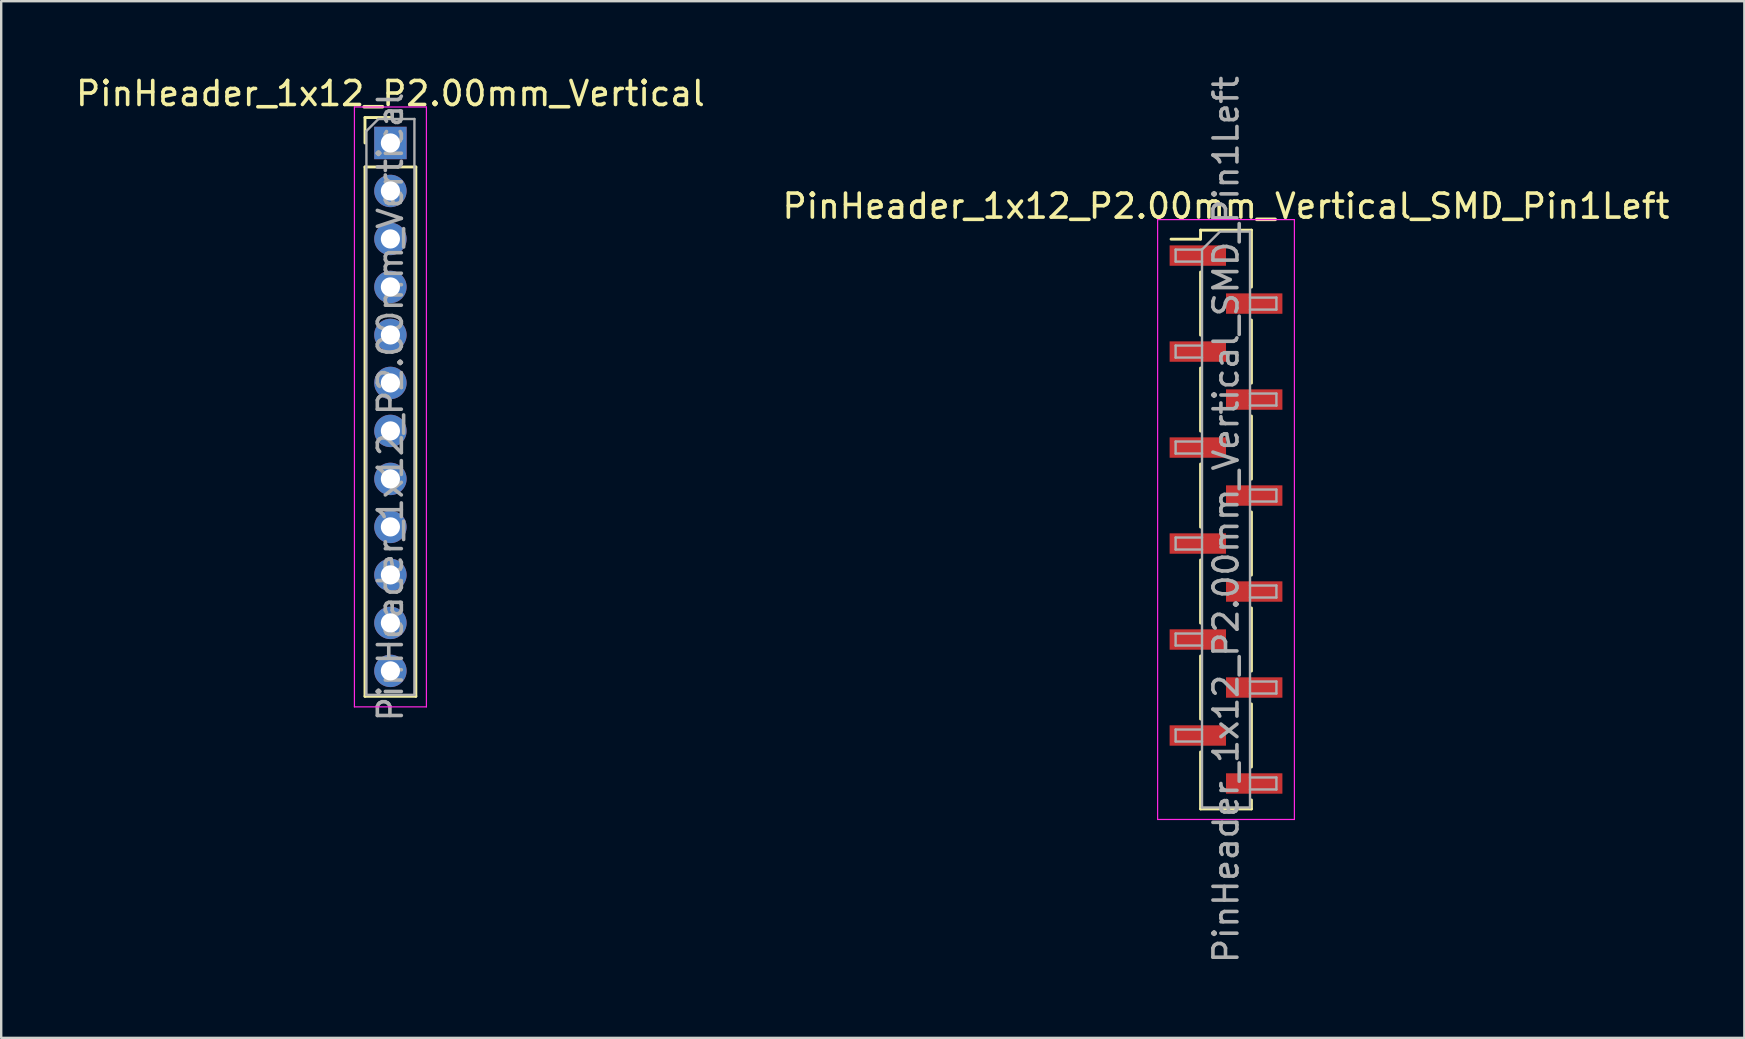
<source format=kicad_pcb>
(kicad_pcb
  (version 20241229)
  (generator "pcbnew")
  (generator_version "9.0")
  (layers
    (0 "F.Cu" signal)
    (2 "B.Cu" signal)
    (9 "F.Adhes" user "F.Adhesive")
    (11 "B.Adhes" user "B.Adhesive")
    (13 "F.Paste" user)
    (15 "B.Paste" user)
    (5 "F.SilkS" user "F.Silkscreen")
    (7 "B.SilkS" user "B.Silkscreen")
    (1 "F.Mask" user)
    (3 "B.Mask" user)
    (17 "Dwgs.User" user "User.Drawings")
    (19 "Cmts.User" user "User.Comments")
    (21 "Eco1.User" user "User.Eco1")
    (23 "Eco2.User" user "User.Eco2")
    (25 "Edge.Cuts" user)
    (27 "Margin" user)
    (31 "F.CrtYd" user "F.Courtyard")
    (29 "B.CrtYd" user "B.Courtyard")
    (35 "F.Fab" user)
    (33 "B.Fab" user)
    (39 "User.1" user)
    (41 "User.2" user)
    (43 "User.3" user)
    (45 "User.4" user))
  (footprint "PinHeader_1x12_P2.00mm_Vertical_SMD_Pin1Left"
    (layer "F.Cu")
    (at 48.042 18.601)
    (property "Reference" "PinHeader_1x12_P2.00mm_Vertical_SMD_Pin1Left" (at 0 -13.06 0) (layer "F.SilkS") (effects (font (size 1 1) (thickness 0.15))))
    (attr smd)
    (fp_line (start -1.06 -12.06) (end -1.06 -11.685) (stroke (width 0.12) (type solid)) (layer "F.SilkS"))
    (fp_line (start -1.06 -12.06) (end 1.06 -12.06) (stroke (width 0.12) (type solid)) (layer "F.SilkS"))
    (fp_line (start -1.06 -11.685) (end -2.29 -11.685) (stroke (width 0.12) (type solid)) (layer "F.SilkS"))
    (fp_line (start -1.06 -10.315) (end -1.06 -7.685) (stroke (width 0.12) (type solid)) (layer "F.SilkS"))
    (fp_line (start -1.06 -6.315) (end -1.06 -3.685) (stroke (width 0.12) (type solid)) (layer "F.SilkS"))
    (fp_line (start -1.06 -2.315) (end -1.06 0.315) (stroke (width 0.12) (type solid)) (layer "F.SilkS"))
    (fp_line (start -1.06 1.685) (end -1.06 4.315) (stroke (width 0.12) (type solid)) (layer "F.SilkS"))
    (fp_line (start -1.06 5.685) (end -1.06 8.315) (stroke (width 0.12) (type solid)) (layer "F.SilkS"))
    (fp_line (start -1.06 9.685) (end -1.06 12.06) (stroke (width 0.12) (type solid)) (layer "F.SilkS"))
    (fp_line (start -1.06 12.06) (end 1.06 12.06) (stroke (width 0.12) (type solid)) (layer "F.SilkS"))
    (fp_line (start 1.06 -12.06) (end 1.06 -9.685) (stroke (width 0.12) (type solid)) (layer "F.SilkS"))
    (fp_line (start 1.06 -8.315) (end 1.06 -5.685) (stroke (width 0.12) (type solid)) (layer "F.SilkS"))
    (fp_line (start 1.06 -4.315) (end 1.06 -1.685) (stroke (width 0.12) (type solid)) (layer "F.SilkS"))
    (fp_line (start 1.06 -0.315) (end 1.06 2.315) (stroke (width 0.12) (type solid)) (layer "F.SilkS"))
    (fp_line (start 1.06 3.685) (end 1.06 6.315) (stroke (width 0.12) (type solid)) (layer "F.SilkS"))
    (fp_line (start 1.06 7.685) (end 1.06 10.315) (stroke (width 0.12) (type solid)) (layer "F.SilkS"))
    (fp_line (start 1.06 11.685) (end 1.06 12.06) (stroke (width 0.12) (type solid)) (layer "F.SilkS"))
    (fp_line (start -2.85 -12.5) (end -2.85 12.5) (stroke (width 0.05) (type solid)) (layer "F.CrtYd"))
    (fp_line (start -2.85 12.5) (end 2.85 12.5) (stroke (width 0.05) (type solid)) (layer "F.CrtYd"))
    (fp_line (start 2.85 -12.5) (end -2.85 -12.5) (stroke (width 0.05) (type solid)) (layer "F.CrtYd"))
    (fp_line (start 2.85 12.5) (end 2.85 -12.5) (stroke (width 0.05) (type solid)) (layer "F.CrtYd"))
    (fp_line (start -2.1 -11.25) (end -2.1 -10.75) (stroke (width 0.1) (type solid)) (layer "F.Fab"))
    (fp_line (start -2.1 -10.75) (end -1 -10.75) (stroke (width 0.1) (type solid)) (layer "F.Fab"))
    (fp_line (start -2.1 -7.25) (end -2.1 -6.75) (stroke (width 0.1) (type solid)) (layer "F.Fab"))
    (fp_line (start -2.1 -6.75) (end -1 -6.75) (stroke (width 0.1) (type solid)) (layer "F.Fab"))
    (fp_line (start -2.1 -3.25) (end -2.1 -2.75) (stroke (width 0.1) (type solid)) (layer "F.Fab"))
    (fp_line (start -2.1 -2.75) (end -1 -2.75) (stroke (width 0.1) (type solid)) (layer "F.Fab"))
    (fp_line (start -2.1 0.75) (end -2.1 1.25) (stroke (width 0.1) (type solid)) (layer "F.Fab"))
    (fp_line (start -2.1 1.25) (end -1 1.25) (stroke (width 0.1) (type solid)) (layer "F.Fab"))
    (fp_line (start -2.1 4.75) (end -2.1 5.25) (stroke (width 0.1) (type solid)) (layer "F.Fab"))
    (fp_line (start -2.1 5.25) (end -1 5.25) (stroke (width 0.1) (type solid)) (layer "F.Fab"))
    (fp_line (start -2.1 8.75) (end -2.1 9.25) (stroke (width 0.1) (type solid)) (layer "F.Fab"))
    (fp_line (start -2.1 9.25) (end -1 9.25) (stroke (width 0.1) (type solid)) (layer "F.Fab"))
    (fp_line (start -1 -11.25) (end -2.1 -11.25) (stroke (width 0.1) (type solid)) (layer "F.Fab"))
    (fp_line (start -1 -11.25) (end -0.25 -12) (stroke (width 0.1) (type solid)) (layer "F.Fab"))
    (fp_line (start -1 -7.25) (end -2.1 -7.25) (stroke (width 0.1) (type solid)) (layer "F.Fab"))
    (fp_line (start -1 -3.25) (end -2.1 -3.25) (stroke (width 0.1) (type solid)) (layer "F.Fab"))
    (fp_line (start -1 0.75) (end -2.1 0.75) (stroke (width 0.1) (type solid)) (layer "F.Fab"))
    (fp_line (start -1 4.75) (end -2.1 4.75) (stroke (width 0.1) (type solid)) (layer "F.Fab"))
    (fp_line (start -1 8.75) (end -2.1 8.75) (stroke (width 0.1) (type solid)) (layer "F.Fab"))
    (fp_line (start -1 12) (end -1 -11.25) (stroke (width 0.1) (type solid)) (layer "F.Fab"))
    (fp_line (start -0.25 -12) (end 1 -12) (stroke (width 0.1) (type solid)) (layer "F.Fab"))
    (fp_line (start 1 -12) (end 1 12) (stroke (width 0.1) (type solid)) (layer "F.Fab"))
    (fp_line (start 1 -9.25) (end 2.1 -9.25) (stroke (width 0.1) (type solid)) (layer "F.Fab"))
    (fp_line (start 1 -5.25) (end 2.1 -5.25) (stroke (width 0.1) (type solid)) (layer "F.Fab"))
    (fp_line (start 1 -1.25) (end 2.1 -1.25) (stroke (width 0.1) (type solid)) (layer "F.Fab"))
    (fp_line (start 1 2.75) (end 2.1 2.75) (stroke (width 0.1) (type solid)) (layer "F.Fab"))
    (fp_line (start 1 6.75) (end 2.1 6.75) (stroke (width 0.1) (type solid)) (layer "F.Fab"))
    (fp_line (start 1 10.75) (end 2.1 10.75) (stroke (width 0.1) (type solid)) (layer "F.Fab"))
    (fp_line (start 1 12) (end -1 12) (stroke (width 0.1) (type solid)) (layer "F.Fab"))
    (fp_line (start 2.1 -9.25) (end 2.1 -8.75) (stroke (width 0.1) (type solid)) (layer "F.Fab"))
    (fp_line (start 2.1 -8.75) (end 1 -8.75) (stroke (width 0.1) (type solid)) (layer "F.Fab"))
    (fp_line (start 2.1 -5.25) (end 2.1 -4.75) (stroke (width 0.1) (type solid)) (layer "F.Fab"))
    (fp_line (start 2.1 -4.75) (end 1 -4.75) (stroke (width 0.1) (type solid)) (layer "F.Fab"))
    (fp_line (start 2.1 -1.25) (end 2.1 -0.75) (stroke (width 0.1) (type solid)) (layer "F.Fab"))
    (fp_line (start 2.1 -0.75) (end 1 -0.75) (stroke (width 0.1) (type solid)) (layer "F.Fab"))
    (fp_line (start 2.1 2.75) (end 2.1 3.25) (stroke (width 0.1) (type solid)) (layer "F.Fab"))
    (fp_line (start 2.1 3.25) (end 1 3.25) (stroke (width 0.1) (type solid)) (layer "F.Fab"))
    (fp_line (start 2.1 6.75) (end 2.1 7.25) (stroke (width 0.1) (type solid)) (layer "F.Fab"))
    (fp_line (start 2.1 7.25) (end 1 7.25) (stroke (width 0.1) (type solid)) (layer "F.Fab"))
    (fp_line (start 2.1 10.75) (end 2.1 11.25) (stroke (width 0.1) (type solid)) (layer "F.Fab"))
    (fp_line (start 2.1 11.25) (end 1 11.25) (stroke (width 0.1) (type solid)) (layer "F.Fab"))
    (fp_text user "${REFERENCE}" (at 0 0 90) (layer "F.Fab") (effects (font (size 1 1) (thickness 0.15))))
    (pad "1" smd rect (at -1.175 -11) (size 2.35 0.85) (layers "F.Cu" "F.Mask" "F.Paste"))
    (pad "2" smd rect (at 1.175 -9) (size 2.35 0.85) (layers "F.Cu" "F.Mask" "F.Paste"))
    (pad "3" smd rect (at -1.175 -7) (size 2.35 0.85) (layers "F.Cu" "F.Mask" "F.Paste"))
    (pad "4" smd rect (at 1.175 -5) (size 2.35 0.85) (layers "F.Cu" "F.Mask" "F.Paste"))
    (pad "5" smd rect (at -1.175 -3) (size 2.35 0.85) (layers "F.Cu" "F.Mask" "F.Paste"))
    (pad "6" smd rect (at 1.175 -1) (size 2.35 0.85) (layers "F.Cu" "F.Mask" "F.Paste"))
    (pad "7" smd rect (at -1.175 1) (size 2.35 0.85) (layers "F.Cu" "F.Mask" "F.Paste"))
    (pad "8" smd rect (at 1.175 3) (size 2.35 0.85) (layers "F.Cu" "F.Mask" "F.Paste"))
    (pad "9" smd rect (at -1.175 5) (size 2.35 0.85) (layers "F.Cu" "F.Mask" "F.Paste"))
    (pad "10" smd rect (at 1.175 7) (size 2.35 0.85) (layers "F.Cu" "F.Mask" "F.Paste"))
    (pad "11" smd rect (at -1.175 9) (size 2.35 0.85) (layers "F.Cu" "F.Mask" "F.Paste"))
    (pad "12" smd rect (at 1.175 11) (size 2.35 0.85) (layers "F.Cu" "F.Mask" "F.Paste")))
  (footprint "PinHeader_1x12_P2.00mm_Vertical"
    (layer "F.Cu")
    (at 13.22 2.908)
    (property "Reference" "PinHeader_1x12_P2.00mm_Vertical" (at 0 -2.06 0) (layer "F.SilkS") (effects (font (size 1 1) (thickness 0.15))))
    (attr through_hole)
    (fp_line (start -1.06 -1.06) (end 0 -1.06) (stroke (width 0.12) (type solid)) (layer "F.SilkS"))
    (fp_line (start -1.06 0) (end -1.06 -1.06) (stroke (width 0.12) (type solid)) (layer "F.SilkS"))
    (fp_line (start -1.06 1) (end -1.06 23.06) (stroke (width 0.12) (type solid)) (layer "F.SilkS"))
    (fp_line (start -1.06 1) (end 1.06 1) (stroke (width 0.12) (type solid)) (layer "F.SilkS"))
    (fp_line (start -1.06 23.06) (end 1.06 23.06) (stroke (width 0.12) (type solid)) (layer "F.SilkS"))
    (fp_line (start 1.06 1) (end 1.06 23.06) (stroke (width 0.12) (type solid)) (layer "F.SilkS"))
    (fp_line (start -1.5 -1.5) (end -1.5 23.5) (stroke (width 0.05) (type solid)) (layer "F.CrtYd"))
    (fp_line (start -1.5 23.5) (end 1.5 23.5) (stroke (width 0.05) (type solid)) (layer "F.CrtYd"))
    (fp_line (start 1.5 -1.5) (end -1.5 -1.5) (stroke (width 0.05) (type solid)) (layer "F.CrtYd"))
    (fp_line (start 1.5 23.5) (end 1.5 -1.5) (stroke (width 0.05) (type solid)) (layer "F.CrtYd"))
    (fp_line (start -1 -0.5) (end -0.5 -1) (stroke (width 0.1) (type solid)) (layer "F.Fab"))
    (fp_line (start -1 23) (end -1 -0.5) (stroke (width 0.1) (type solid)) (layer "F.Fab"))
    (fp_line (start -0.5 -1) (end 1 -1) (stroke (width 0.1) (type solid)) (layer "F.Fab"))
    (fp_line (start 1 -1) (end 1 23) (stroke (width 0.1) (type solid)) (layer "F.Fab"))
    (fp_line (start 1 23) (end -1 23) (stroke (width 0.1) (type solid)) (layer "F.Fab"))
    (fp_text user "${REFERENCE}" (at 0 11 90) (layer "F.Fab") (effects (font (size 1 1) (thickness 0.15))))
    (pad "1" thru_hole rect (at 0 0) (size 1.35 1.35) (drill 0.8) (layers "*.Cu" "*.Mask"))
    (pad "2" thru_hole oval (at 0 2) (size 1.35 1.35) (drill 0.8) (layers "*.Cu" "*.Mask"))
    (pad "3" thru_hole oval (at 0 4) (size 1.35 1.35) (drill 0.8) (layers "*.Cu" "*.Mask"))
    (pad "4" thru_hole oval (at 0 6) (size 1.35 1.35) (drill 0.8) (layers "*.Cu" "*.Mask"))
    (pad "5" thru_hole oval (at 0 8) (size 1.35 1.35) (drill 0.8) (layers "*.Cu" "*.Mask"))
    (pad "6" thru_hole oval (at 0 10) (size 1.35 1.35) (drill 0.8) (layers "*.Cu" "*.Mask"))
    (pad "7" thru_hole oval (at 0 12) (size 1.35 1.35) (drill 0.8) (layers "*.Cu" "*.Mask"))
    (pad "8" thru_hole oval (at 0 14) (size 1.35 1.35) (drill 0.8) (layers "*.Cu" "*.Mask"))
    (pad "9" thru_hole oval (at 0 16) (size 1.35 1.35) (drill 0.8) (layers "*.Cu" "*.Mask"))
    (pad "10" thru_hole oval (at 0 18) (size 1.35 1.35) (drill 0.8) (layers "*.Cu" "*.Mask"))
    (pad "11" thru_hole oval (at 0 20) (size 1.35 1.35) (drill 0.8) (layers "*.Cu" "*.Mask"))
    (pad "12" thru_hole oval (at 0 22) (size 1.35 1.35) (drill 0.8) (layers "*.Cu" "*.Mask")))
  (gr_rect
    (start -3 -3)
    (end 69.643 40.202)
    (stroke (width 0.1) (type default))
    (fill no)
    (layer "Edge.Cuts")))
</source>
